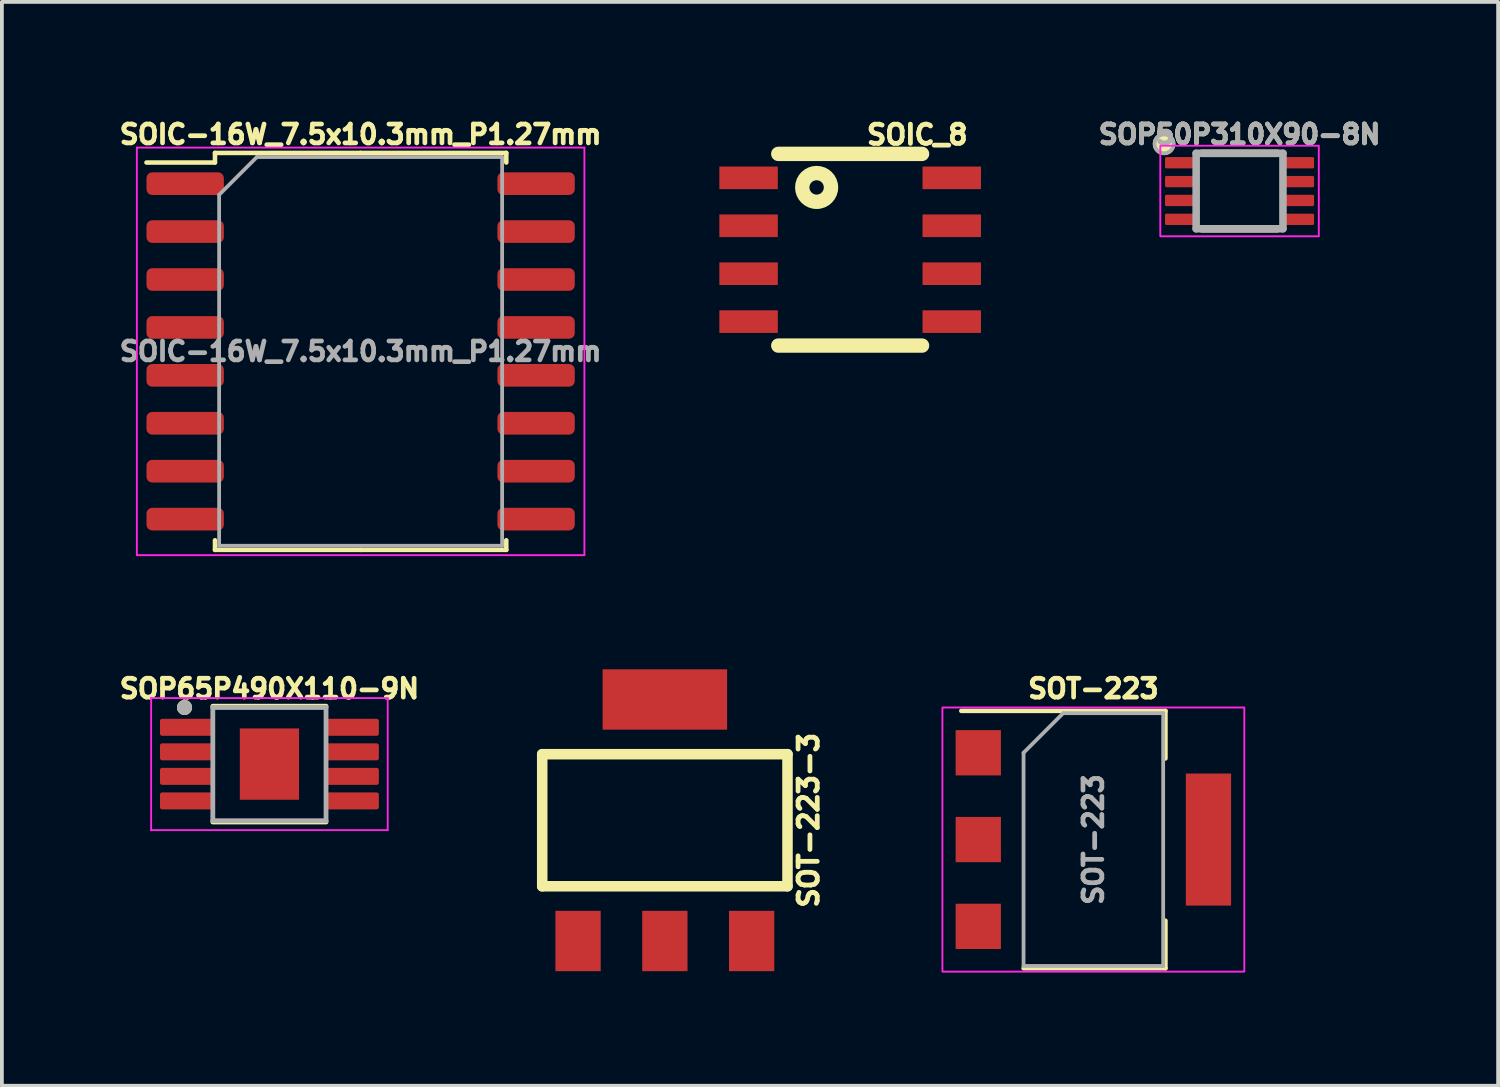
<source format=kicad_pcb>
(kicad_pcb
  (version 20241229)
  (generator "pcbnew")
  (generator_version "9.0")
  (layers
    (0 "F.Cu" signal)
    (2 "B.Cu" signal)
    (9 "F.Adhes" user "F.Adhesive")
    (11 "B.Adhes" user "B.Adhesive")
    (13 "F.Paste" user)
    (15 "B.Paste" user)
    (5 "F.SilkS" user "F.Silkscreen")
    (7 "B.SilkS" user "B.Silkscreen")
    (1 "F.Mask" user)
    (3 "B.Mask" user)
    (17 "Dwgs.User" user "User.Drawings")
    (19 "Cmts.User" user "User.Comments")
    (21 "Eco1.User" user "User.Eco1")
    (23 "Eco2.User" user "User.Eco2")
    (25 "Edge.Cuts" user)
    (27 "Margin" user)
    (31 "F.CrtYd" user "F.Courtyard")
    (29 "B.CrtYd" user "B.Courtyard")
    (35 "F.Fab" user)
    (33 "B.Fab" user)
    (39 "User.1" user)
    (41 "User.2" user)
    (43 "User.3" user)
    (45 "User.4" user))
  (footprint "SOT-223"
    (layer "F.Cu")
    (at 25.925 19.199)
    (property "Reference" "SOT-223" (at 0 -4 0) (layer "F.SilkS") (effects (font (size 0.5 0.5) (thickness 0.125) (bold yes))))
    (attr smd)
    (fp_line (start -3.5 -3.41) (end 1.91 -3.41) (stroke (width 0.12) (type solid)) (layer "F.SilkS"))
    (fp_line (start -1.85 3.41) (end 1.91 3.41) (stroke (width 0.12) (type solid)) (layer "F.SilkS"))
    (fp_line (start 1.91 -3.41) (end 1.91 -2.15) (stroke (width 0.12) (type solid)) (layer "F.SilkS"))
    (fp_line (start 1.91 3.41) (end 1.91 2.15) (stroke (width 0.12) (type solid)) (layer "F.SilkS"))
    (fp_rect (start -4 -3.5) (end 4 3.5) (stroke (width 0.05) (type default)) (fill no) (layer "F.CrtYd"))
    (fp_line (start -1.85 -2.3) (end -1.85 3.35) (stroke (width 0.1) (type solid)) (layer "F.Fab"))
    (fp_line (start -1.85 -2.3) (end -0.8 -3.35) (stroke (width 0.1) (type solid)) (layer "F.Fab"))
    (fp_line (start -1.85 3.35) (end 1.85 3.35) (stroke (width 0.1) (type solid)) (layer "F.Fab"))
    (fp_line (start -0.8 -3.35) (end 1.85 -3.35) (stroke (width 0.1) (type solid)) (layer "F.Fab"))
    (fp_line (start 1.85 -3.35) (end 1.85 3.35) (stroke (width 0.1) (type solid)) (layer "F.Fab"))
    (fp_text user "${REFERENCE}" (at 0 0 90) (layer "F.Fab") (effects (font (size 0.5 0.5) (thickness 0.125) (bold yes))))
    (pad "1" smd rect (at -3.05 -2.3) (size 1.2 1.2) (layers "F.Cu" "F.Mask" "F.Paste"))
    (pad "2" smd rect (at -3.05 0) (size 1.2 1.2) (layers "F.Cu" "F.Mask" "F.Paste"))
    (pad "3" smd rect (at -3.05 2.3) (size 1.2 1.2) (layers "F.Cu" "F.Mask" "F.Paste"))
    (pad "4" smd rect (at 3.05 0) (size 1.2 3.5) (layers "F.Cu" "F.Mask" "F.Paste")))
  (footprint "SOT-223-3"
    (layer "F.Cu")
    (at 14.569 18.687)
    (property "Reference" "SOT-223-3" (at 3.81 0 90) (layer "F.SilkS") (effects (font (size 0.508 0.508) (thickness 0.127))))
    (property "Value" "${VALUE}" (at -3.81 0 90) (layer "F.Fab") (hide yes) (effects (font (size 0.508 0.508) (thickness 0.127))))
    (attr through_hole)
    (fp_line (start -3.25 -1.75) (end -3.25 1.75) (stroke (width 0.279) (type solid)) (layer "F.SilkS"))
    (fp_line (start -3.25 -1.75) (end 3.25 -1.75) (stroke (width 0.279) (type solid)) (layer "F.SilkS"))
    (fp_line (start -3.25 1.75) (end 3.25 1.75) (stroke (width 0.279) (type solid)) (layer "F.SilkS"))
    (fp_line (start 3.25 -1.75) (end 3.25 1.75) (stroke (width 0.279) (type solid)) (layer "F.SilkS"))
    (pad "1" smd rect (at -2.3 3.2) (size 1.2 1.6) (layers "F.Cu" "F.Mask" "F.Paste"))
    (pad "2" smd rect (at 0 3.2) (size 1.2 1.6) (layers "F.Cu" "F.Mask" "F.Paste"))
    (pad "3" smd rect (at 2.3 3.2) (size 1.2 1.6) (layers "F.Cu" "F.Mask" "F.Paste"))
    (pad "4" smd rect (at 0 -3.2) (size 3.3 1.6) (layers "F.Cu" "F.Mask" "F.Paste")))
  (footprint "SOP50P310X90-8N"
    (layer "F.Cu")
    (at 29.799 2.012)
    (property "Reference" "SOP50P310X90-8N" (at 0 -1.5 0) (layer "F.SilkS") (effects (font (size 0.5 0.5) (thickness 0.125) (bold yes))))
    (attr smd)
    (fp_line (start -1 -1) (end 1 -1) (stroke (width 0.2) (type solid)) (layer "F.SilkS"))
    (fp_line (start -1 1) (end 1 1) (stroke (width 0.2) (type solid)) (layer "F.SilkS"))
    (fp_circle (center -2 -1.25) (end -1.75 -1.25) (stroke (width 0.1) (type solid)) (fill yes) (layer "F.SilkS"))
    (fp_rect (start -2.1 -1.2) (end 2.1 1.2) (stroke (width 0.05) (type default)) (fill no) (layer "F.CrtYd"))
    (fp_line (start -1.15 -1) (end -1.15 1) (stroke (width 0.2) (type solid)) (layer "F.Fab"))
    (fp_line (start -1.15 -1) (end 1.15 -1) (stroke (width 0.2) (type solid)) (layer "F.Fab"))
    (fp_line (start -1.15 1) (end 1.15 1) (stroke (width 0.2) (type solid)) (layer "F.Fab"))
    (fp_line (start 1.15 -1) (end 1.15 1) (stroke (width 0.2) (type solid)) (layer "F.Fab"))
    (fp_circle (center -2 -1.25) (end -1.75 -1.25) (stroke (width 0.1) (type solid)) (fill no) (layer "F.Fab"))
    (fp_text user "${REFERENCE}" (at 0 -1.5 180) (layer "F.Fab") (effects (font (size 0.5 0.5) (thickness 0.125) (bold yes))))
    (pad "1" smd roundrect (at -1.55 -0.75) (size 0.85 0.3) (layers "F.Cu" "F.Mask" "F.Paste") (roundrect_rratio 0.125))
    (pad "2" smd roundrect (at -1.55 -0.25) (size 0.85 0.3) (layers "F.Cu" "F.Mask" "F.Paste") (roundrect_rratio 0.125))
    (pad "3" smd roundrect (at -1.55 0.25) (size 0.85 0.3) (layers "F.Cu" "F.Mask" "F.Paste") (roundrect_rratio 0.125))
    (pad "4" smd roundrect (at -1.55 0.75) (size 0.85 0.3) (layers "F.Cu" "F.Mask" "F.Paste") (roundrect_rratio 0.125))
    (pad "5" smd roundrect (at 1.55 0.75) (size 0.85 0.3) (layers "F.Cu" "F.Mask" "F.Paste") (roundrect_rratio 0.125))
    (pad "6" smd roundrect (at 1.55 0.25) (size 0.85 0.3) (layers "F.Cu" "F.Mask" "F.Paste") (roundrect_rratio 0.125))
    (pad "7" smd roundrect (at 1.55 -0.25) (size 0.85 0.3) (layers "F.Cu" "F.Mask" "F.Paste") (roundrect_rratio 0.125))
    (pad "8" smd roundrect (at 1.55 -0.75) (size 0.85 0.3) (layers "F.Cu" "F.Mask" "F.Paste") (roundrect_rratio 0.125)))
  (footprint "SOP65P490X110-9N"
    (layer "F.Cu")
    (at 4.09 17.199)
    (property "Reference" "SOP65P490X110-9N" (at 0 -2 0) (layer "F.SilkS") (effects (font (size 0.5 0.5) (thickness 0.125) (bold yes))))
    (attr smd)
    (fp_line (start -1.5 -1.535) (end 1.5 -1.535) (stroke (width 0.127) (type solid)) (layer "F.SilkS"))
    (fp_line (start -1.5 1.535) (end 1.5 1.535) (stroke (width 0.127) (type solid)) (layer "F.SilkS"))
    (fp_circle (center -2.25 -1.5) (end -2.15 -1.5) (stroke (width 0.2) (type solid)) (fill yes) (layer "F.SilkS"))
    (fp_poly (pts (xy -0.356 -0.44) (xy 0.356 -0.44) (xy 0.356 0.44) (xy -0.356 0.44)) (stroke (width 0.01) (type solid)) (fill yes) (layer "F.Paste"))
    (fp_line (start -3.135 -1.75) (end -3.135 1.75) (stroke (width 0.05) (type solid)) (layer "F.CrtYd"))
    (fp_line (start -3.135 -1.75) (end 3.135 -1.75) (stroke (width 0.05) (type solid)) (layer "F.CrtYd"))
    (fp_line (start -3.135 1.75) (end 3.135 1.75) (stroke (width 0.05) (type solid)) (layer "F.CrtYd"))
    (fp_line (start 3.135 -1.75) (end 3.135 1.75) (stroke (width 0.05) (type solid)) (layer "F.CrtYd"))
    (fp_line (start -1.5 -1.5) (end -1.5 1.5) (stroke (width 0.127) (type solid)) (layer "F.Fab"))
    (fp_line (start -1.5 -1.5) (end 1.5 -1.5) (stroke (width 0.127) (type solid)) (layer "F.Fab"))
    (fp_line (start -1.5 1.5) (end 1.5 1.5) (stroke (width 0.127) (type solid)) (layer "F.Fab"))
    (fp_line (start 1.5 -1.5) (end 1.5 1.5) (stroke (width 0.127) (type solid)) (layer "F.Fab"))
    (fp_circle (center -2.25 -1.5) (end -2.15 -1.5) (stroke (width 0.2) (type solid)) (fill no) (layer "F.Fab"))
    (pad "1" smd roundrect (at -2.2 -0.975) (size 1.4 0.45) (layers "F.Cu" "F.Mask" "F.Paste") (roundrect_rratio 0.125))
    (pad "2" smd roundrect (at -2.2 -0.325) (size 1.4 0.45) (layers "F.Cu" "F.Mask" "F.Paste") (roundrect_rratio 0.125))
    (pad "3" smd roundrect (at -2.2 0.325) (size 1.4 0.45) (layers "F.Cu" "F.Mask" "F.Paste") (roundrect_rratio 0.125))
    (pad "4" smd roundrect (at -2.2 0.975) (size 1.4 0.45) (layers "F.Cu" "F.Mask" "F.Paste") (roundrect_rratio 0.125))
    (pad "5" smd roundrect (at 2.2 0.975) (size 1.4 0.45) (layers "F.Cu" "F.Mask" "F.Paste") (roundrect_rratio 0.125))
    (pad "6" smd roundrect (at 2.2 0.325) (size 1.4 0.45) (layers "F.Cu" "F.Mask" "F.Paste") (roundrect_rratio 0.125))
    (pad "7" smd roundrect (at 2.2 -0.325) (size 1.4 0.45) (layers "F.Cu" "F.Mask" "F.Paste") (roundrect_rratio 0.125))
    (pad "8" smd roundrect (at 2.2 -0.975) (size 1.4 0.45) (layers "F.Cu" "F.Mask" "F.Paste") (roundrect_rratio 0.125))
    (pad "9" smd rect (at 0 0) (size 1.57 1.89) (layers "F.Cu" "F.Mask")))
  (footprint "SOIC-16W_7.5x10.3mm_P1.27mm"
    (layer "F.Cu")
    (at 6.507 6.262)
    (property "Reference" "SOIC-16W_7.5x10.3mm_P1.27mm" (at 0 -5.75 0) (layer "F.SilkS") (effects (font (size 0.5 0.5) (thickness 0.125) (bold yes))))
    (attr smd)
    (fp_line (start -3.86 -5.26) (end -3.86 -5.005) (stroke (width 0.12) (type solid)) (layer "F.SilkS"))
    (fp_line (start -3.86 -5.005) (end -5.675 -5.005) (stroke (width 0.12) (type solid)) (layer "F.SilkS"))
    (fp_line (start -3.86 5.26) (end -3.86 5.005) (stroke (width 0.12) (type solid)) (layer "F.SilkS"))
    (fp_line (start 0 -5.26) (end -3.86 -5.26) (stroke (width 0.12) (type solid)) (layer "F.SilkS"))
    (fp_line (start 0 -5.26) (end 3.86 -5.26) (stroke (width 0.12) (type solid)) (layer "F.SilkS"))
    (fp_line (start 0 5.26) (end -3.86 5.26) (stroke (width 0.12) (type solid)) (layer "F.SilkS"))
    (fp_line (start 0 5.26) (end 3.86 5.26) (stroke (width 0.12) (type solid)) (layer "F.SilkS"))
    (fp_line (start 3.86 -5.26) (end 3.86 -5.005) (stroke (width 0.12) (type solid)) (layer "F.SilkS"))
    (fp_line (start 3.86 5.26) (end 3.86 5.005) (stroke (width 0.12) (type solid)) (layer "F.SilkS"))
    (fp_line (start -5.93 -5.4) (end -5.93 5.4) (stroke (width 0.05) (type solid)) (layer "F.CrtYd"))
    (fp_line (start -5.93 5.4) (end 5.93 5.4) (stroke (width 0.05) (type solid)) (layer "F.CrtYd"))
    (fp_line (start 5.93 -5.4) (end -5.93 -5.4) (stroke (width 0.05) (type solid)) (layer "F.CrtYd"))
    (fp_line (start 5.93 5.4) (end 5.93 -5.4) (stroke (width 0.05) (type solid)) (layer "F.CrtYd"))
    (fp_line (start -3.75 -4.15) (end -2.75 -5.15) (stroke (width 0.1) (type solid)) (layer "F.Fab"))
    (fp_line (start -3.75 5.15) (end -3.75 -4.15) (stroke (width 0.1) (type solid)) (layer "F.Fab"))
    (fp_line (start -2.75 -5.15) (end 3.75 -5.15) (stroke (width 0.1) (type solid)) (layer "F.Fab"))
    (fp_line (start 3.75 -5.15) (end 3.75 5.15) (stroke (width 0.1) (type solid)) (layer "F.Fab"))
    (fp_line (start 3.75 5.15) (end -3.75 5.15) (stroke (width 0.1) (type solid)) (layer "F.Fab"))
    (fp_text user "${REFERENCE}" (at 0 0 0) (layer "F.Fab") (effects (font (size 0.5 0.5) (thickness 0.125) (bold yes))))
    (pad "1" smd roundrect (at -4.65 -4.445) (size 2.05 0.6) (layers "F.Cu" "F.Mask" "F.Paste") (roundrect_rratio 0.25))
    (pad "2" smd roundrect (at -4.65 -3.175) (size 2.05 0.6) (layers "F.Cu" "F.Mask" "F.Paste") (roundrect_rratio 0.25))
    (pad "3" smd roundrect (at -4.65 -1.905) (size 2.05 0.6) (layers "F.Cu" "F.Mask" "F.Paste") (roundrect_rratio 0.25))
    (pad "4" smd roundrect (at -4.65 -0.635) (size 2.05 0.6) (layers "F.Cu" "F.Mask" "F.Paste") (roundrect_rratio 0.25))
    (pad "5" smd roundrect (at -4.65 0.635) (size 2.05 0.6) (layers "F.Cu" "F.Mask" "F.Paste") (roundrect_rratio 0.25))
    (pad "6" smd roundrect (at -4.65 1.905) (size 2.05 0.6) (layers "F.Cu" "F.Mask" "F.Paste") (roundrect_rratio 0.25))
    (pad "7" smd roundrect (at -4.65 3.175) (size 2.05 0.6) (layers "F.Cu" "F.Mask" "F.Paste") (roundrect_rratio 0.25))
    (pad "8" smd roundrect (at -4.65 4.445) (size 2.05 0.6) (layers "F.Cu" "F.Mask" "F.Paste") (roundrect_rratio 0.25))
    (pad "9" smd roundrect (at 4.65 4.445) (size 2.05 0.6) (layers "F.Cu" "F.Mask" "F.Paste") (roundrect_rratio 0.25))
    (pad "10" smd roundrect (at 4.65 3.175) (size 2.05 0.6) (layers "F.Cu" "F.Mask" "F.Paste") (roundrect_rratio 0.25))
    (pad "11" smd roundrect (at 4.65 1.905) (size 2.05 0.6) (layers "F.Cu" "F.Mask" "F.Paste") (roundrect_rratio 0.25))
    (pad "12" smd roundrect (at 4.65 0.635) (size 2.05 0.6) (layers "F.Cu" "F.Mask" "F.Paste") (roundrect_rratio 0.25))
    (pad "13" smd roundrect (at 4.65 -0.635) (size 2.05 0.6) (layers "F.Cu" "F.Mask" "F.Paste") (roundrect_rratio 0.25))
    (pad "14" smd roundrect (at 4.65 -1.905) (size 2.05 0.6) (layers "F.Cu" "F.Mask" "F.Paste") (roundrect_rratio 0.25))
    (pad "15" smd roundrect (at 4.65 -3.175) (size 2.05 0.6) (layers "F.Cu" "F.Mask" "F.Paste") (roundrect_rratio 0.25))
    (pad "16" smd roundrect (at 4.65 -4.445) (size 2.05 0.6) (layers "F.Cu" "F.Mask" "F.Paste") (roundrect_rratio 0.25)))
  (footprint "SOIC_8"
    (layer "F.Cu")
    (at 19.48 3.568)
    (property "Reference" "SOIC_8" (at 1.778 -3.048 0) (layer "F.SilkS") (effects (font (size 0.508 0.508) (thickness 0.127))))
    (attr through_hole)
    (fp_line (start 1.905 -2.54) (end -1.905 -2.54) (stroke (width 0.381) (type solid)) (layer "F.SilkS"))
    (fp_line (start 1.905 2.54) (end -1.905 2.54) (stroke (width 0.381) (type solid)) (layer "F.SilkS"))
    (fp_circle (center -0.889 -1.651) (end -0.508 -1.651) (stroke (width 0.381) (type solid)) (fill no) (layer "F.SilkS"))
    (pad "1" smd rect (at -2.692 -1.905 270) (size 0.599 1.549) (layers "F.Cu" "F.Mask" "F.Paste"))
    (pad "2" smd rect (at -2.692 -0.635 270) (size 0.599 1.549) (layers "F.Cu" "F.Mask" "F.Paste"))
    (pad "3" smd rect (at -2.692 0.635 270) (size 0.599 1.549) (layers "F.Cu" "F.Mask" "F.Paste"))
    (pad "4" smd rect (at -2.692 1.905 270) (size 0.599 1.549) (layers "F.Cu" "F.Mask" "F.Paste"))
    (pad "5" smd rect (at 2.692 1.905 270) (size 0.599 1.549) (layers "F.Cu" "F.Mask" "F.Paste"))
    (pad "6" smd rect (at 2.692 0.635 270) (size 0.599 1.549) (layers "F.Cu" "F.Mask" "F.Paste"))
    (pad "7" smd rect (at 2.692 -0.635 270) (size 0.599 1.549) (layers "F.Cu" "F.Mask" "F.Paste"))
    (pad "8" smd rect (at 2.692 -1.905 270) (size 0.599 1.549) (layers "F.Cu" "F.Mask" "F.Paste")))
  (gr_rect
    (start -3 -3)
    (end 36.651 25.724)
    (stroke (width 0.1) (type default))
    (fill no)
    (layer "Edge.Cuts")))
</source>
